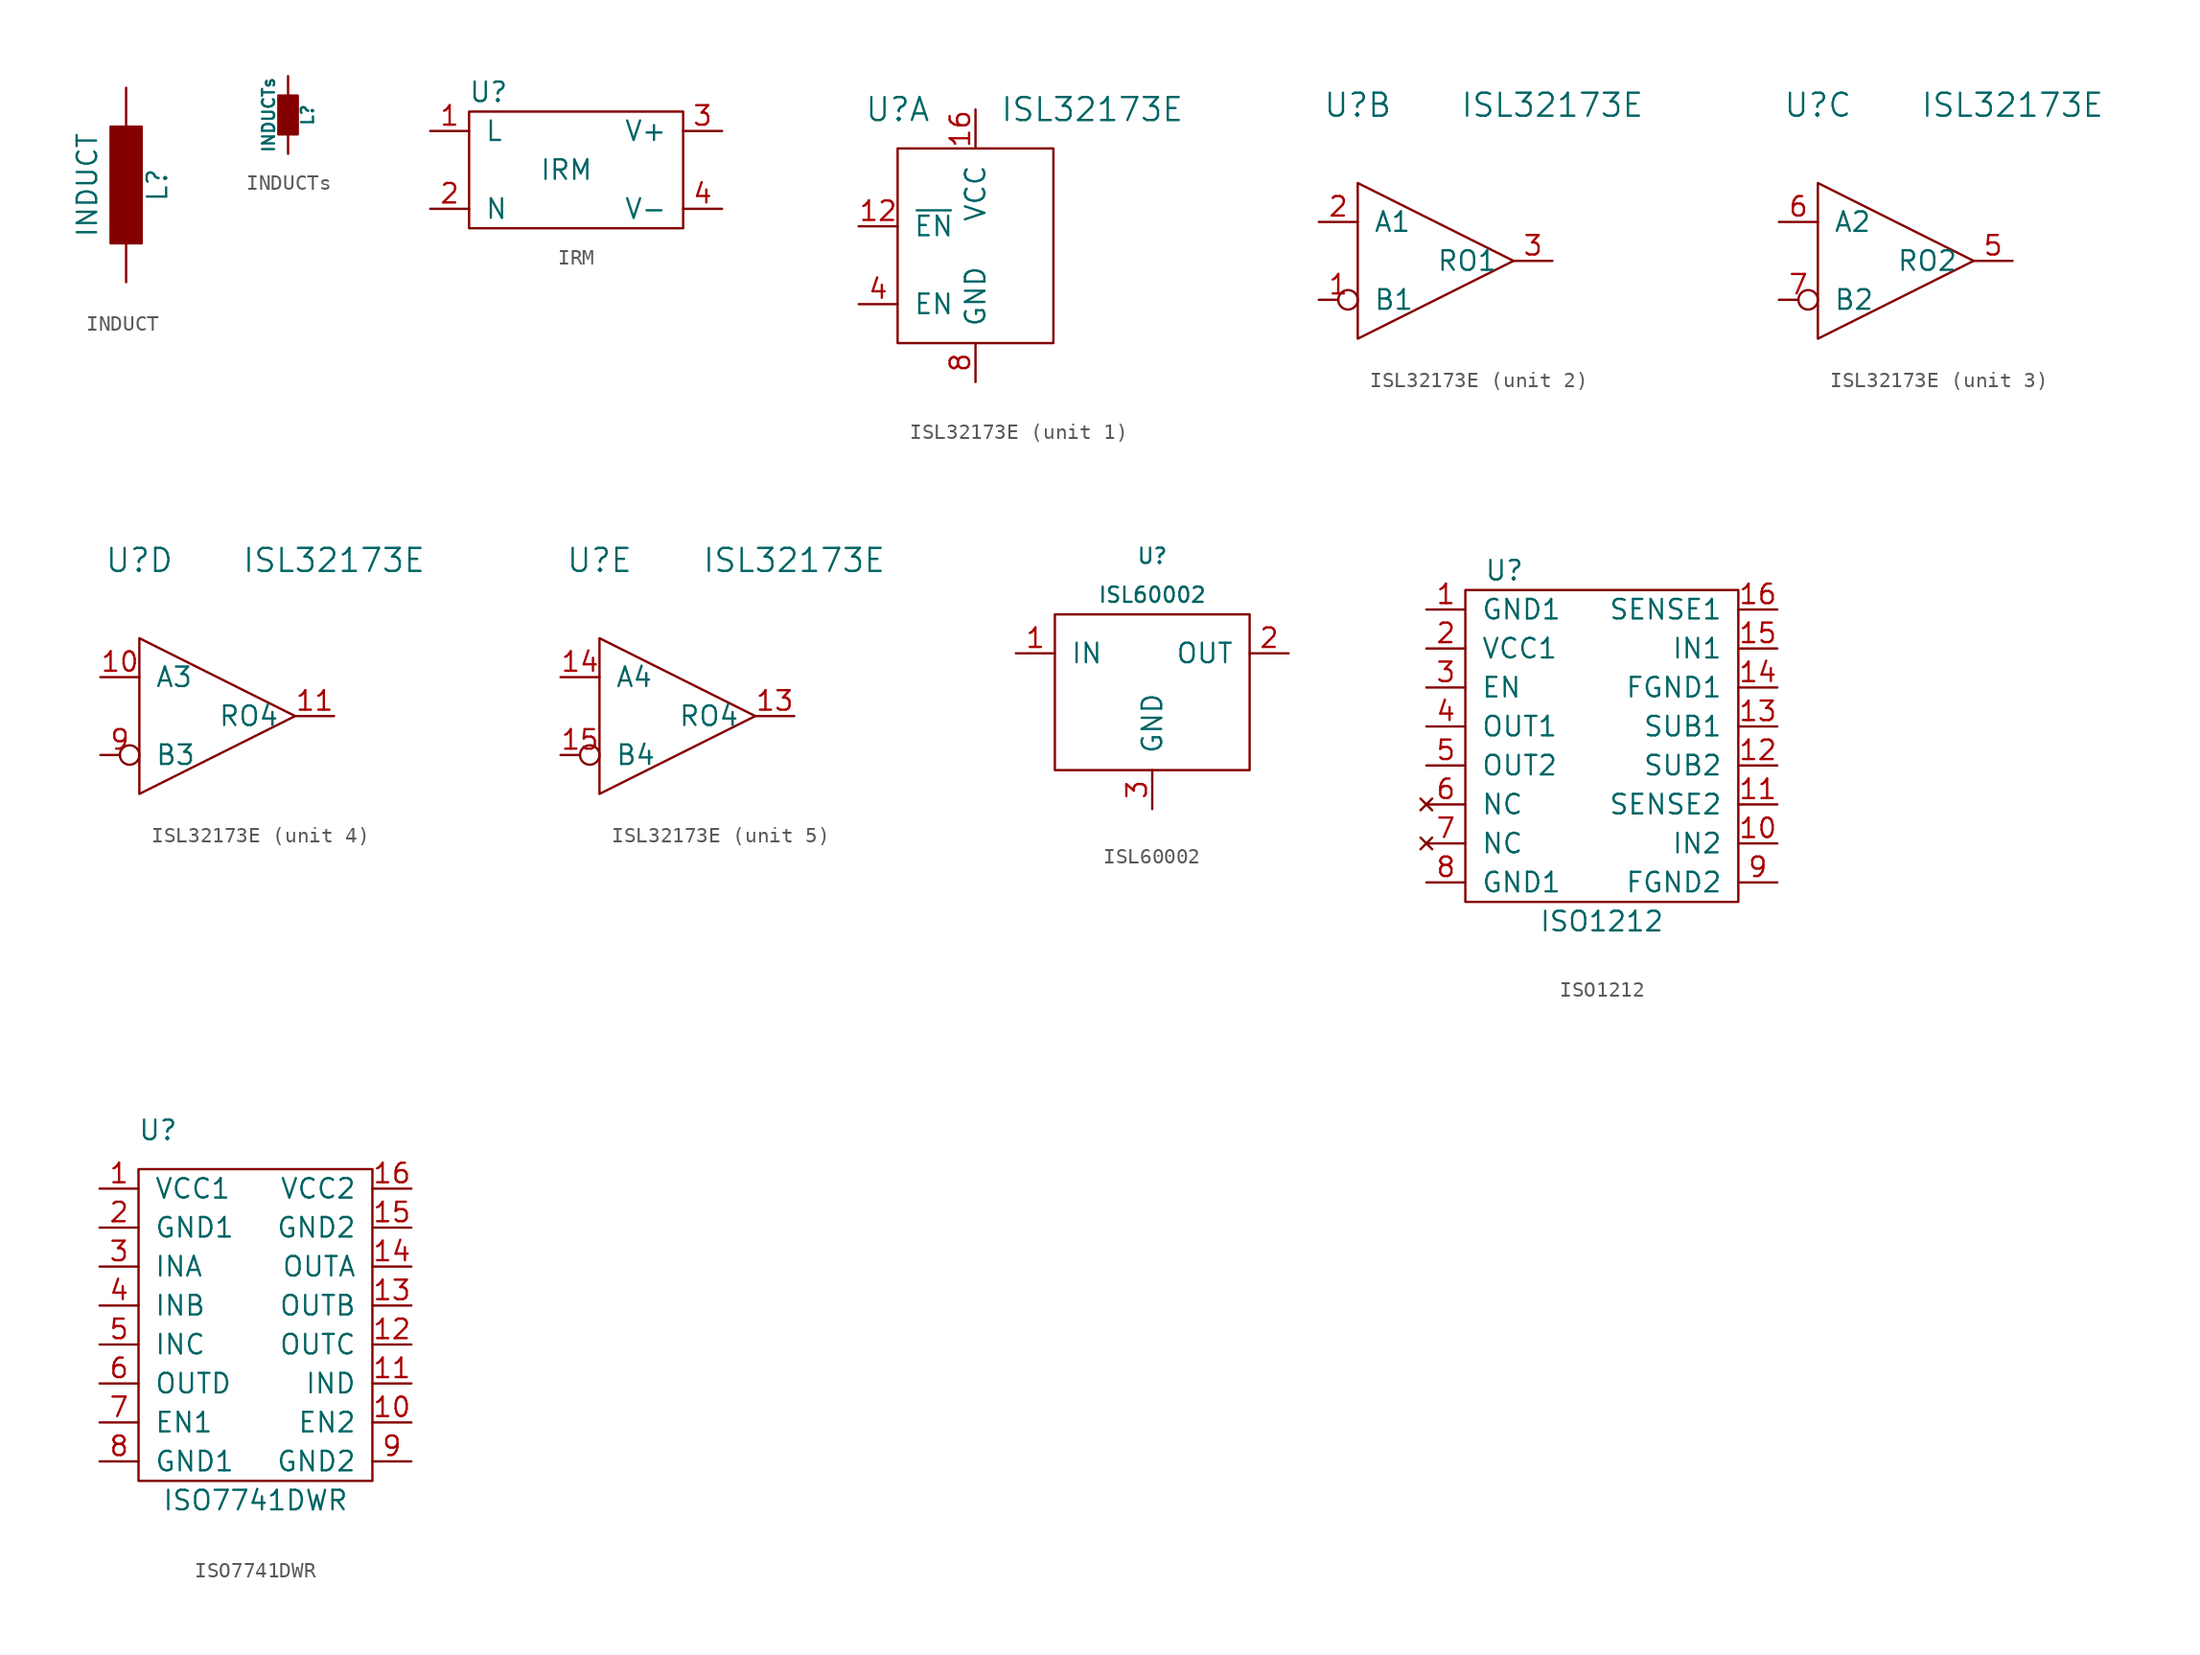
<source format=kicad_sym>
(kicad_symbol_lib
  (version 20211014)
  (generator kicad_symbol_editor)
  (symbol "INDUCT"
    (pin_numbers hide)
    (pin_names
      (offset 0))
    (property "Reference" "L"
      (at 2.032 0 90)
      (effects (font (size 1.27 1.27))))
    (property "Value" "INDUCT"
      (at -2.54 0 90)
      (effects (font (size 1.27 1.27))))
    (property "Footprint" ""
      (at 0 0 0)
      (effects (font (size 1.524 1.524))))
    (property "Datasheet" ""
      (at 0 0 0)
      (effects (font (size 1.524 1.524))))
    (symbol "INDUCT_0_1"
      (rectangle (start -1.016 3.81) (end 1.016 -3.81) (stroke (width 0) (type default) (color 0 0 0 0)) (fill (type outline))))
    (symbol "INDUCT_1_1"
      (pin passive line (at 0 6.35 270) (length 2.54) (name "~" (effects (font (size 1.524 1.524)))) (number "1" (effects (font (size 1.524 1.524)))))
      (pin passive line (at 0 -6.35 90) (length 2.54) (name "~" (effects (font (size 1.524 1.524)))) (number "2" (effects (font (size 1.524 1.524)))))))
  (symbol "INDUCTs"
    (pin_numbers hide)
    (pin_names
      (offset 0))
    (property "Reference" "L"
      (at 1.27 0 90)
      (effects (font (size 0.787 0.787))))
    (property "Value" "INDUCTs"
      (at -1.27 0 90)
      (effects (font (size 0.787 0.787))))
    (property "Footprint" ""
      (at 0 0 0)
      (effects (font (size 1.524 1.524))))
    (property "Datasheet" ""
      (at 0 0 0)
      (effects (font (size 1.524 1.524))))
    (symbol "INDUCTs_0_1"
      (rectangle (start -0.635 1.27) (end 0.635 -1.27) (stroke (width 0) (type default) (color 0 0 0 0)) (fill (type outline))))
    (symbol "INDUCTs_1_1"
      (pin passive line (at 0 2.54 270) (length 1.27) (name "~" (effects (font (size 1.524 1.524)))) (number "1" (effects (font (size 1.524 1.524)))))
      (pin passive line (at 0 -2.54 90) (length 1.27) (name "~" (effects (font (size 1.524 1.524)))) (number "2" (effects (font (size 1.524 1.524)))))))
  (symbol "IRM"
    (pin_names
      (offset 1.016))
    (property "Reference" "U"
      (at -5.08 5.08 0)
      (effects (font (size 1.27 1.27))))
    (property "Value" "IRM"
      (at 0 0 0)
      (effects (font (size 1.27 1.27))))
    (symbol "IRM_0_1"
      (rectangle (start -6.35 3.81) (end 7.62 -3.81) (stroke (width 0) (type default) (color 0 0 0 0)) (fill (type none))))
    (symbol "IRM_1_1"
      (pin input line (at -8.89 2.54 0) (length 2.54) (name "L" (effects (font (size 1.27 1.27)))) (number "1" (effects (font (size 1.27 1.27)))))
      (pin input line (at -8.89 -2.54 0) (length 2.54) (name "N" (effects (font (size 1.27 1.27)))) (number "2" (effects (font (size 1.27 1.27)))))
      (pin input line (at 10.16 2.54 180) (length 2.54) (name "V+" (effects (font (size 1.27 1.27)))) (number "3" (effects (font (size 1.27 1.27)))))
      (pin input line (at 10.16 -2.54 180) (length 2.54) (name "V-" (effects (font (size 1.27 1.27)))) (number "4" (effects (font (size 1.27 1.27)))))))
  (symbol "ISL32173E"
    (pin_names
      (offset 1.016))
    (property "Reference" "U"
      (at -5.08 10.16 0)
      (effects (font (size 1.499 1.499))))
    (property "Value" "ISL32173E"
      (at 7.62 10.16 0)
      (effects (font (size 1.499 1.499))))
    (property "Footprint" ""
      (at 0 -5.08 0)
      (effects (font (size 0.508 0.508))))
    (property "Datasheet" ""
      (at 0 -5.08 0)
      (effects (font (size 0.508 0.508))))
    (symbol "ISL32173E_1_1"
      (rectangle (start -5.08 7.62) (end 5.08 -5.08) (stroke (width 0) (type default) (color 0 0 0 0)) (fill (type none)))
      (pin passive line (at -7.62 2.54 0) (length 2.54) (name "~{EN}" (effects (font (size 1.27 1.27)))) (number "12" (effects (font (size 1.27 1.27)))))
      (pin passive line (at 0 10.16 270) (length 2.54) (name "VCC" (effects (font (size 1.27 1.27)))) (number "16" (effects (font (size 1.27 1.27)))))
      (pin passive line (at -7.62 -2.54 0) (length 2.54) (name "EN" (effects (font (size 1.27 1.27)))) (number "4" (effects (font (size 1.27 1.27)))))
      (pin passive line (at 0 -7.62 90) (length 2.54) (name "GND" (effects (font (size 1.27 1.27)))) (number "8" (effects (font (size 1.27 1.27))))))
    (symbol "ISL32173E_2_1"
      (polyline (pts (xy -5.08 5.08) (xy -5.08 -5.08) (xy 5.08 0) (xy -5.08 5.08)) (stroke (width 0) (type default) (color 0 0 0 0)) (fill (type none)))
      (pin passive inverted (at -7.62 -2.54 0) (length 2.54) (name "B1" (effects (font (size 1.27 1.27)))) (number "1" (effects (font (size 1.27 1.27)))))
      (pin passive line (at -7.62 2.54 0) (length 2.54) (name "A1" (effects (font (size 1.27 1.27)))) (number "2" (effects (font (size 1.27 1.27)))))
      (pin passive line (at 7.62 0 180) (length 2.54) (name "RO1" (effects (font (size 1.27 1.27)))) (number "3" (effects (font (size 1.27 1.27))))))
    (symbol "ISL32173E_3_1"
      (polyline (pts (xy -5.08 5.08) (xy -5.08 -5.08) (xy 5.08 0) (xy -5.08 5.08)) (stroke (width 0) (type default) (color 0 0 0 0)) (fill (type none)))
      (pin passive line (at 7.62 0 180) (length 2.54) (name "RO2" (effects (font (size 1.27 1.27)))) (number "5" (effects (font (size 1.27 1.27)))))
      (pin passive line (at -7.62 2.54 0) (length 2.54) (name "A2" (effects (font (size 1.27 1.27)))) (number "6" (effects (font (size 1.27 1.27)))))
      (pin passive inverted (at -7.62 -2.54 0) (length 2.54) (name "B2" (effects (font (size 1.27 1.27)))) (number "7" (effects (font (size 1.27 1.27))))))
    (symbol "ISL32173E_4_1"
      (polyline (pts (xy -5.08 5.08) (xy -5.08 -5.08) (xy 5.08 0) (xy -5.08 5.08)) (stroke (width 0) (type default) (color 0 0 0 0)) (fill (type none)))
      (pin passive line (at -7.62 2.54 0) (length 2.54) (name "A3" (effects (font (size 1.27 1.27)))) (number "10" (effects (font (size 1.27 1.27)))))
      (pin passive line (at 7.62 0 180) (length 2.54) (name "RO4" (effects (font (size 1.27 1.27)))) (number "11" (effects (font (size 1.27 1.27)))))
      (pin passive inverted (at -7.62 -2.54 0) (length 2.54) (name "B3" (effects (font (size 1.27 1.27)))) (number "9" (effects (font (size 1.27 1.27))))))
    (symbol "ISL32173E_5_1"
      (polyline (pts (xy -5.08 5.08) (xy -5.08 -5.08) (xy 5.08 0) (xy -5.08 5.08)) (stroke (width 0) (type default) (color 0 0 0 0)) (fill (type none)))
      (pin passive line (at 7.62 0 180) (length 2.54) (name "RO4" (effects (font (size 1.27 1.27)))) (number "13" (effects (font (size 1.27 1.27)))))
      (pin passive line (at -7.62 2.54 0) (length 2.54) (name "A4" (effects (font (size 1.27 1.27)))) (number "14" (effects (font (size 1.27 1.27)))))
      (pin passive inverted (at -7.62 -2.54 0) (length 2.54) (name "B4" (effects (font (size 1.27 1.27)))) (number "15" (effects (font (size 1.27 1.27)))))))
  (symbol "ISL60002"
    (pin_names
      (offset 1.016))
    (property "Reference" "U"
      (at 0 8.89 0)
      (effects (font (size 0.991 0.991))))
    (property "Value" "ISL60002"
      (at 0 6.35 0)
      (effects (font (size 0.991 0.991))))
    (symbol "ISL60002_0_1"
      (rectangle (start -6.35 5.08) (end 6.35 -5.08) (stroke (width 0) (type default) (color 0 0 0 0)) (fill (type none))))
    (symbol "ISL60002_1_1"
      (pin input line (at -8.89 2.54 0) (length 2.54) (name "IN" (effects (font (size 1.27 1.27)))) (number "1" (effects (font (size 1.27 1.27)))))
      (pin input line (at 8.89 2.54 180) (length 2.54) (name "OUT" (effects (font (size 1.27 1.27)))) (number "2" (effects (font (size 1.27 1.27)))))
      (pin input line (at 0 -7.62 90) (length 2.54) (name "GND" (effects (font (size 1.27 1.27)))) (number "3" (effects (font (size 1.27 1.27)))))))
  (symbol "ISO1212"
    (pin_names
      (offset 1.016))
    (property "Reference" "U"
      (at -6.35 8.89 0)
      (effects (font (size 1.27 1.27))))
    (property "Value" "ISO1212"
      (at 0 -13.97 0)
      (effects (font (size 1.27 1.27))))
    (symbol "ISO1212_0_1"
      (rectangle (start -8.89 7.62) (end 8.89 -12.7) (stroke (width 0) (type default) (color 0 0 0 0)) (fill (type none))))
    (symbol "ISO1212_1_1"
      (pin passive line (at -11.43 6.35 0) (length 2.54) (name "GND1" (effects (font (size 1.27 1.27)))) (number "1" (effects (font (size 1.27 1.27)))))
      (pin passive line (at 11.43 -8.89 180) (length 2.54) (name "IN2" (effects (font (size 1.27 1.27)))) (number "10" (effects (font (size 1.27 1.27)))))
      (pin passive line (at 11.43 -6.35 180) (length 2.54) (name "SENSE2" (effects (font (size 1.27 1.27)))) (number "11" (effects (font (size 1.27 1.27)))))
      (pin passive line (at 11.43 -3.81 180) (length 2.54) (name "SUB2" (effects (font (size 1.27 1.27)))) (number "12" (effects (font (size 1.27 1.27)))))
      (pin passive line (at 11.43 -1.27 180) (length 2.54) (name "SUB1" (effects (font (size 1.27 1.27)))) (number "13" (effects (font (size 1.27 1.27)))))
      (pin passive line (at 11.43 1.27 180) (length 2.54) (name "FGND1" (effects (font (size 1.27 1.27)))) (number "14" (effects (font (size 1.27 1.27)))))
      (pin passive line (at 11.43 3.81 180) (length 2.54) (name "IN1" (effects (font (size 1.27 1.27)))) (number "15" (effects (font (size 1.27 1.27)))))
      (pin passive line (at 11.43 6.35 180) (length 2.54) (name "SENSE1" (effects (font (size 1.27 1.27)))) (number "16" (effects (font (size 1.27 1.27)))))
      (pin passive line (at -11.43 3.81 0) (length 2.54) (name "VCC1" (effects (font (size 1.27 1.27)))) (number "2" (effects (font (size 1.27 1.27)))))
      (pin passive line (at -11.43 1.27 0) (length 2.54) (name "EN" (effects (font (size 1.27 1.27)))) (number "3" (effects (font (size 1.27 1.27)))))
      (pin passive line (at -11.43 -1.27 0) (length 2.54) (name "OUT1" (effects (font (size 1.27 1.27)))) (number "4" (effects (font (size 1.27 1.27)))))
      (pin passive line (at -11.43 -3.81 0) (length 2.54) (name "OUT2" (effects (font (size 1.27 1.27)))) (number "5" (effects (font (size 1.27 1.27)))))
      (pin no_connect line (at -11.43 -6.35 0) (length 2.54) (name "NC" (effects (font (size 1.27 1.27)))) (number "6" (effects (font (size 1.27 1.27)))))
      (pin no_connect line (at -11.43 -8.89 0) (length 2.54) (name "NC" (effects (font (size 1.27 1.27)))) (number "7" (effects (font (size 1.27 1.27)))))
      (pin passive line (at -11.43 -11.43 0) (length 2.54) (name "GND1" (effects (font (size 1.27 1.27)))) (number "8" (effects (font (size 1.27 1.27)))))
      (pin passive line (at 11.43 -11.43 180) (length 2.54) (name "FGND2" (effects (font (size 1.27 1.27)))) (number "9" (effects (font (size 1.27 1.27)))))))
  (symbol "ISO7741DWR"
    (pin_names
      (offset 1.016))
    (property "Reference" "U"
      (at -6.35 12.7 0)
      (effects (font (size 1.27 1.27))))
    (property "Value" "ISO7741DWR"
      (at 0 -11.43 0)
      (effects (font (size 1.27 1.27))))
    (symbol "ISO7741DWR_0_0"
      (pin passive line (at -10.16 8.89 0) (length 2.54) (name "VCC1" (effects (font (size 1.27 1.27)))) (number "1" (effects (font (size 1.27 1.27)))))
      (pin passive line (at 10.16 -6.35 180) (length 2.54) (name "EN2" (effects (font (size 1.27 1.27)))) (number "10" (effects (font (size 1.27 1.27)))))
      (pin passive line (at 10.16 -3.81 180) (length 2.54) (name "IND" (effects (font (size 1.27 1.27)))) (number "11" (effects (font (size 1.27 1.27)))))
      (pin passive line (at 10.16 -1.27 180) (length 2.54) (name "OUTC" (effects (font (size 1.27 1.27)))) (number "12" (effects (font (size 1.27 1.27)))))
      (pin passive line (at 10.16 1.27 180) (length 2.54) (name "OUTB" (effects (font (size 1.27 1.27)))) (number "13" (effects (font (size 1.27 1.27)))))
      (pin passive line (at 10.16 3.81 180) (length 2.54) (name "OUTA" (effects (font (size 1.27 1.27)))) (number "14" (effects (font (size 1.27 1.27)))))
      (pin passive line (at 10.16 6.35 180) (length 2.54) (name "GND2" (effects (font (size 1.27 1.27)))) (number "15" (effects (font (size 1.27 1.27)))))
      (pin passive line (at 10.16 8.89 180) (length 2.54) (name "VCC2" (effects (font (size 1.27 1.27)))) (number "16" (effects (font (size 1.27 1.27)))))
      (pin passive line (at -10.16 6.35 0) (length 2.54) (name "GND1" (effects (font (size 1.27 1.27)))) (number "2" (effects (font (size 1.27 1.27)))))
      (pin passive line (at -10.16 3.81 0) (length 2.54) (name "INA" (effects (font (size 1.27 1.27)))) (number "3" (effects (font (size 1.27 1.27)))))
      (pin passive line (at -10.16 1.27 0) (length 2.54) (name "INB" (effects (font (size 1.27 1.27)))) (number "4" (effects (font (size 1.27 1.27)))))
      (pin passive line (at -10.16 -1.27 0) (length 2.54) (name "INC" (effects (font (size 1.27 1.27)))) (number "5" (effects (font (size 1.27 1.27)))))
      (pin passive line (at -10.16 -3.81 0) (length 2.54) (name "OUTD" (effects (font (size 1.27 1.27)))) (number "6" (effects (font (size 1.27 1.27)))))
      (pin passive line (at -10.16 -6.35 0) (length 2.54) (name "EN1" (effects (font (size 1.27 1.27)))) (number "7" (effects (font (size 1.27 1.27)))))
      (pin passive line (at -10.16 -8.89 0) (length 2.54) (name "GND1" (effects (font (size 1.27 1.27)))) (number "8" (effects (font (size 1.27 1.27)))))
      (pin passive line (at 10.16 -8.89 180) (length 2.54) (name "GND2" (effects (font (size 1.27 1.27)))) (number "9" (effects (font (size 1.27 1.27))))))
    (symbol "ISO7741DWR_0_1"
      (rectangle (start -7.62 10.16) (end 7.62 -10.16) (stroke (width 0) (type default) (color 0 0 0 0)) (fill (type none))))))
</source>
